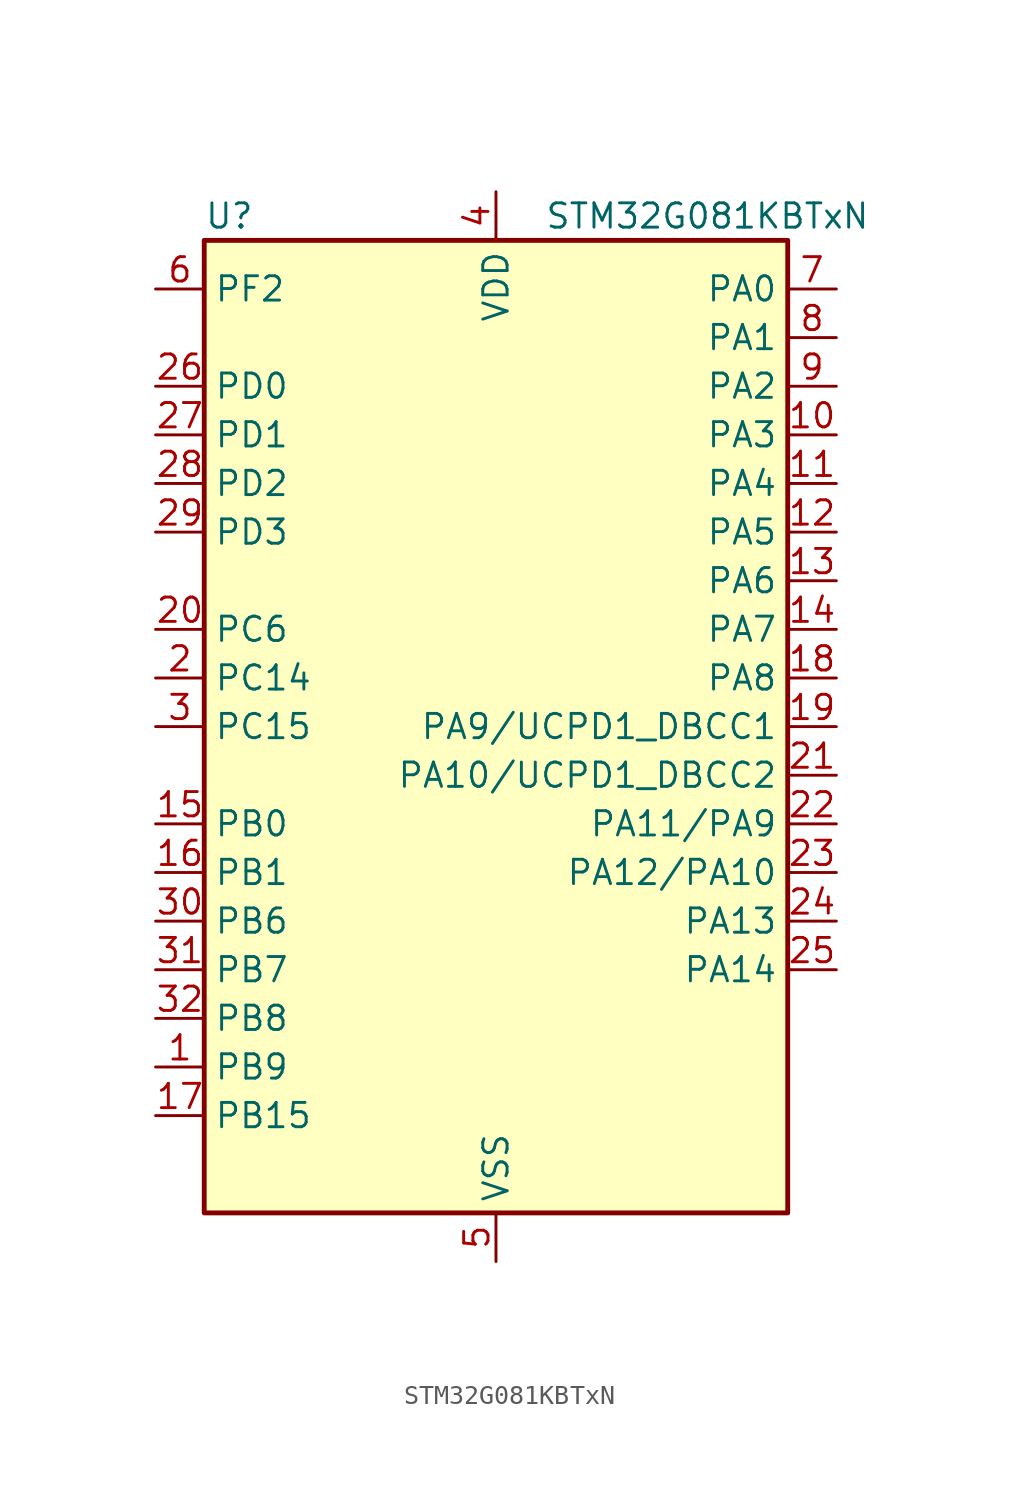
<source format=kicad_sym>
(kicad_symbol_lib
  (version 20211014)
  (generator kicad-library-utils)
  (symbol "STM32G081KBTxN"
    (property "Reference" "U"
      (at -15.24 26.67 0)
      (effects (font (size 1.27 1.27)) (justify left)))
    (property "Value" "STM32G081KBTxN"
      (at 2.54 26.67 0)
      (effects (font (size 1.27 1.27)) (justify left)))
    (property "ki_fp_filters" "LQFP*7x7mm*P0.8mm*"
      (at 0.0 0.0 0.0)
      (effects (font (size 1.27 1.27))))
    (symbol "STM32G081KBTxN_0_1"
      (rectangle (start -15.24 -25.4) (end 15.24 25.4) (stroke (width 0.254)) (fill (type background))))
    (symbol "STM32G081KBTxN_1_1"
      (pin bidirectional line (at -17.78 22.86 0) (length 2.54) (name "PF2" (effects (font (size 1.27 1.27)))) (number "6" (effects (font (size 1.27 1.27)))) (alternate "RCC_MCO" bidirectional line))
      (pin bidirectional line (at -17.78 17.78 0) (length 2.54) (name "PD0" (effects (font (size 1.27 1.27)))) (number "26" (effects (font (size 1.27 1.27)))) (alternate "SPI2_NSS" bidirectional line) (alternate "TIM16_CH1" bidirectional line) (alternate "UCPD2_CC1" bidirectional line))
      (pin bidirectional line (at -17.78 15.24 0) (length 2.54) (name "PD1" (effects (font (size 1.27 1.27)))) (number "27" (effects (font (size 1.27 1.27)))) (alternate "SPI2_SCK" bidirectional line) (alternate "TIM17_CH1" bidirectional line) (alternate "UCPD2_DBCC1" bidirectional line))
      (pin bidirectional line (at -17.78 12.7 0) (length 2.54) (name "PD2" (effects (font (size 1.27 1.27)))) (number "28" (effects (font (size 1.27 1.27)))) (alternate "TIM1_CH1N" bidirectional line) (alternate "TIM3_ETR" bidirectional line) (alternate "UCPD2_CC2" bidirectional line) (alternate "USART3_CK" bidirectional line) (alternate "USART3_DE" bidirectional line) (alternate "USART3_RTS" bidirectional line))
      (pin bidirectional line (at -17.78 10.16 0) (length 2.54) (name "PD3" (effects (font (size 1.27 1.27)))) (number "29" (effects (font (size 1.27 1.27)))) (alternate "SPI2_MISO" bidirectional line) (alternate "TIM1_CH2N" bidirectional line) (alternate "UCPD2_DBCC2" bidirectional line) (alternate "USART2_CTS" bidirectional line) (alternate "USART2_NSS" bidirectional line))
      (pin bidirectional line (at -17.78 5.08 0) (length 2.54) (name "PC6" (effects (font (size 1.27 1.27)))) (number "20" (effects (font (size 1.27 1.27)))) (alternate "TIM2_CH3" bidirectional line) (alternate "TIM3_CH1" bidirectional line) (alternate "UCPD1_FRSTX1" bidirectional line) (alternate "UCPD1_FRSTX2" bidirectional line))
      (pin bidirectional line (at -17.78 2.54 0) (length 2.54) (name "PC14" (effects (font (size 1.27 1.27)))) (number "2" (effects (font (size 1.27 1.27)))) (alternate "RCC_OSC32_IN" bidirectional line) (alternate "RCC_OSC_IN" bidirectional line) (alternate "TIM1_BK2" bidirectional line))
      (pin bidirectional line (at -17.78 0.0 0) (length 2.54) (name "PC15" (effects (font (size 1.27 1.27)))) (number "3" (effects (font (size 1.27 1.27)))) (alternate "RCC_OSC32_EN" bidirectional line) (alternate "RCC_OSC32_OUT" bidirectional line) (alternate "RCC_OSC_EN" bidirectional line) (alternate "TIM15_BK" bidirectional line))
      (pin bidirectional line (at -17.78 -5.08 0) (length 2.54) (name "PB0" (effects (font (size 1.27 1.27)))) (number "15" (effects (font (size 1.27 1.27)))) (alternate "ADC1_IN8" bidirectional line) (alternate "COMP1_OUT" bidirectional line) (alternate "I2S1_WS" bidirectional line) (alternate "LPTIM1_OUT" bidirectional line) (alternate "SPI1_NSS" bidirectional line) (alternate "TIM1_CH2N" bidirectional line) (alternate "TIM3_CH3" bidirectional line) (alternate "UCPD1_FRSTX1" bidirectional line) (alternate "UCPD1_FRSTX2" bidirectional line) (alternate "USART3_RX" bidirectional line))
      (pin bidirectional line (at -17.78 -7.62 0) (length 2.54) (name "PB1" (effects (font (size 1.27 1.27)))) (number "16" (effects (font (size 1.27 1.27)))) (alternate "ADC1_IN9" bidirectional line) (alternate "COMP1_INM" bidirectional line) (alternate "LPTIM2_IN1" bidirectional line) (alternate "LPUART1_DE" bidirectional line) (alternate "LPUART1_RTS" bidirectional line) (alternate "TIM14_CH1" bidirectional line) (alternate "TIM1_CH3N" bidirectional line) (alternate "TIM3_CH4" bidirectional line) (alternate "USART3_CK" bidirectional line) (alternate "USART3_DE" bidirectional line) (alternate "USART3_RTS" bidirectional line))
      (pin bidirectional line (at -17.78 -10.16 0) (length 2.54) (name "PB6" (effects (font (size 1.27 1.27)))) (number "30" (effects (font (size 1.27 1.27)))) (alternate "COMP2_INP" bidirectional line) (alternate "I2C1_SCL" bidirectional line) (alternate "LPTIM1_ETR" bidirectional line) (alternate "SPI2_MISO" bidirectional line) (alternate "TIM16_CH1N" bidirectional line) (alternate "TIM1_CH3" bidirectional line) (alternate "USART1_TX" bidirectional line))
      (pin bidirectional line (at -17.78 -12.7 0) (length 2.54) (name "PB7" (effects (font (size 1.27 1.27)))) (number "31" (effects (font (size 1.27 1.27)))) (alternate "COMP2_INM" bidirectional line) (alternate "I2C1_SDA" bidirectional line) (alternate "LPTIM1_IN2" bidirectional line) (alternate "SPI2_MOSI" bidirectional line) (alternate "SYS_PVD_IN" bidirectional line) (alternate "TIM17_CH1N" bidirectional line) (alternate "USART1_RX" bidirectional line) (alternate "USART4_CTS" bidirectional line) (alternate "USART4_NSS" bidirectional line))
      (pin bidirectional line (at -17.78 -15.24 0) (length 2.54) (name "PB8" (effects (font (size 1.27 1.27)))) (number "32" (effects (font (size 1.27 1.27)))) (alternate "CEC" bidirectional line) (alternate "I2C1_SCL" bidirectional line) (alternate "SPI2_SCK" bidirectional line) (alternate "TIM15_BK" bidirectional line) (alternate "TIM16_CH1" bidirectional line) (alternate "USART3_TX" bidirectional line))
      (pin bidirectional line (at -17.78 -17.78 0) (length 2.54) (name "PB9" (effects (font (size 1.27 1.27)))) (number "1" (effects (font (size 1.27 1.27)))) (alternate "DAC1_EXTI9" bidirectional line) (alternate "I2C1_SDA" bidirectional line) (alternate "IR_OUT" bidirectional line) (alternate "SPI2_NSS" bidirectional line) (alternate "TIM17_CH1" bidirectional line) (alternate "UCPD2_FRSTX1" bidirectional line) (alternate "UCPD2_FRSTX2" bidirectional line) (alternate "USART3_RX" bidirectional line))
      (pin bidirectional line (at -17.78 -20.32 0) (length 2.54) (name "PB15" (effects (font (size 1.27 1.27)))) (number "17" (effects (font (size 1.27 1.27)))) (alternate "RTC_REFIN" bidirectional line) (alternate "SPI2_MOSI" bidirectional line) (alternate "TIM15_CH1N" bidirectional line) (alternate "TIM15_CH2" bidirectional line) (alternate "TIM1_CH3N" bidirectional line) (alternate "UCPD1_CC2" bidirectional line))
      (pin bidirectional line (at 17.78 22.86 180) (length 2.54) (name "PA0" (effects (font (size 1.27 1.27)))) (number "7" (effects (font (size 1.27 1.27)))) (alternate "ADC1_IN0" bidirectional line) (alternate "COMP1_INM" bidirectional line) (alternate "COMP1_OUT" bidirectional line) (alternate "LPTIM1_OUT" bidirectional line) (alternate "RTC_TAMP_IN2" bidirectional line) (alternate "SPI2_SCK" bidirectional line) (alternate "SYS_WKUP1" bidirectional line) (alternate "TIM2_CH1" bidirectional line) (alternate "TIM2_ETR" bidirectional line) (alternate "UCPD2_FRSTX1" bidirectional line) (alternate "UCPD2_FRSTX2" bidirectional line) (alternate "USART2_CTS" bidirectional line) (alternate "USART2_NSS" bidirectional line) (alternate "USART4_TX" bidirectional line))
      (pin bidirectional line (at 17.78 20.32 180) (length 2.54) (name "PA1" (effects (font (size 1.27 1.27)))) (number "8" (effects (font (size 1.27 1.27)))) (alternate "ADC1_IN1" bidirectional line) (alternate "COMP1_INP" bidirectional line) (alternate "I2C1_SMBA" bidirectional line) (alternate "I2S1_CK" bidirectional line) (alternate "SPI1_SCK" bidirectional line) (alternate "TIM15_CH1N" bidirectional line) (alternate "TIM2_CH2" bidirectional line) (alternate "USART2_CK" bidirectional line) (alternate "USART2_DE" bidirectional line) (alternate "USART2_RTS" bidirectional line) (alternate "USART4_RX" bidirectional line))
      (pin bidirectional line (at 17.78 17.78 180) (length 2.54) (name "PA2" (effects (font (size 1.27 1.27)))) (number "9" (effects (font (size 1.27 1.27)))) (alternate "ADC1_IN2" bidirectional line) (alternate "COMP2_INM" bidirectional line) (alternate "COMP2_OUT" bidirectional line) (alternate "I2S1_SD" bidirectional line) (alternate "LPUART1_TX" bidirectional line) (alternate "RCC_LSCO" bidirectional line) (alternate "SPI1_MOSI" bidirectional line) (alternate "SYS_WKUP4" bidirectional line) (alternate "TIM15_CH1" bidirectional line) (alternate "TIM2_CH3" bidirectional line) (alternate "UCPD1_FRSTX1" bidirectional line) (alternate "UCPD1_FRSTX2" bidirectional line) (alternate "USART2_TX" bidirectional line))
      (pin bidirectional line (at 17.78 15.24 180) (length 2.54) (name "PA3" (effects (font (size 1.27 1.27)))) (number "10" (effects (font (size 1.27 1.27)))) (alternate "ADC1_IN3" bidirectional line) (alternate "COMP2_INP" bidirectional line) (alternate "LPUART1_RX" bidirectional line) (alternate "SPI2_MISO" bidirectional line) (alternate "TIM15_CH2" bidirectional line) (alternate "TIM2_CH4" bidirectional line) (alternate "UCPD2_FRSTX1" bidirectional line) (alternate "UCPD2_FRSTX2" bidirectional line) (alternate "USART2_RX" bidirectional line))
      (pin bidirectional line (at 17.78 12.7 180) (length 2.54) (name "PA4" (effects (font (size 1.27 1.27)))) (number "11" (effects (font (size 1.27 1.27)))) (alternate "ADC1_IN4" bidirectional line) (alternate "DAC1_OUT1" bidirectional line) (alternate "I2S1_WS" bidirectional line) (alternate "LPTIM2_OUT" bidirectional line) (alternate "RTC_OUT_ALARM" bidirectional line) (alternate "RTC_OUT_CALIB" bidirectional line) (alternate "RTC_TAMP_IN1" bidirectional line) (alternate "RTC_TS" bidirectional line) (alternate "SPI1_NSS" bidirectional line) (alternate "SPI2_MOSI" bidirectional line) (alternate "SYS_WKUP2" bidirectional line) (alternate "TIM14_CH1" bidirectional line) (alternate "UCPD2_FRSTX1" bidirectional line) (alternate "UCPD2_FRSTX2" bidirectional line))
      (pin bidirectional line (at 17.78 10.16 180) (length 2.54) (name "PA5" (effects (font (size 1.27 1.27)))) (number "12" (effects (font (size 1.27 1.27)))) (alternate "ADC1_IN5" bidirectional line) (alternate "CEC" bidirectional line) (alternate "DAC1_OUT2" bidirectional line) (alternate "I2S1_CK" bidirectional line) (alternate "LPTIM2_ETR" bidirectional line) (alternate "SPI1_SCK" bidirectional line) (alternate "TIM2_CH1" bidirectional line) (alternate "TIM2_ETR" bidirectional line) (alternate "UCPD1_FRSTX1" bidirectional line) (alternate "UCPD1_FRSTX2" bidirectional line) (alternate "USART3_TX" bidirectional line))
      (pin bidirectional line (at 17.78 7.62 180) (length 2.54) (name "PA6" (effects (font (size 1.27 1.27)))) (number "13" (effects (font (size 1.27 1.27)))) (alternate "ADC1_IN6" bidirectional line) (alternate "COMP1_OUT" bidirectional line) (alternate "I2S1_MCK" bidirectional line) (alternate "LPUART1_CTS" bidirectional line) (alternate "SPI1_MISO" bidirectional line) (alternate "TIM16_CH1" bidirectional line) (alternate "TIM1_BK" bidirectional line) (alternate "TIM3_CH1" bidirectional line) (alternate "USART3_CTS" bidirectional line) (alternate "USART3_NSS" bidirectional line))
      (pin bidirectional line (at 17.78 5.08 180) (length 2.54) (name "PA7" (effects (font (size 1.27 1.27)))) (number "14" (effects (font (size 1.27 1.27)))) (alternate "ADC1_IN7" bidirectional line) (alternate "COMP2_OUT" bidirectional line) (alternate "I2S1_SD" bidirectional line) (alternate "SPI1_MOSI" bidirectional line) (alternate "TIM14_CH1" bidirectional line) (alternate "TIM17_CH1" bidirectional line) (alternate "TIM1_CH1N" bidirectional line) (alternate "TIM3_CH2" bidirectional line) (alternate "UCPD1_FRSTX1" bidirectional line) (alternate "UCPD1_FRSTX2" bidirectional line))
      (pin bidirectional line (at 17.78 2.54 180) (length 2.54) (name "PA8" (effects (font (size 1.27 1.27)))) (number "18" (effects (font (size 1.27 1.27)))) (alternate "LPTIM2_OUT" bidirectional line) (alternate "RCC_MCO" bidirectional line) (alternate "SPI2_NSS" bidirectional line) (alternate "TIM1_CH1" bidirectional line) (alternate "UCPD1_CC1" bidirectional line))
      (pin bidirectional line (at 17.78 0.0 180) (length 2.54) (name "PA9/UCPD1_DBCC1" (effects (font (size 1.27 1.27)))) (number "19" (effects (font (size 1.27 1.27)))) (alternate "DAC1_EXTI9" bidirectional line) (alternate "I2C1_SCL" bidirectional line) (alternate "RCC_MCO" bidirectional line) (alternate "SPI2_MISO" bidirectional line) (alternate "TIM15_BK" bidirectional line) (alternate "TIM1_CH2" bidirectional line) (alternate "UCPD1_DBCC1" bidirectional line) (alternate "USART1_TX" bidirectional line))
      (pin bidirectional line (at 17.78 -2.54 180) (length 2.54) (name "PA10/UCPD1_DBCC2" (effects (font (size 1.27 1.27)))) (number "21" (effects (font (size 1.27 1.27)))) (alternate "I2C1_SDA" bidirectional line) (alternate "SPI2_MOSI" bidirectional line) (alternate "TIM17_BK" bidirectional line) (alternate "TIM1_CH3" bidirectional line) (alternate "UCPD1_DBCC2" bidirectional line) (alternate "USART1_RX" bidirectional line))
      (pin bidirectional line (at 17.78 -5.08 180) (length 2.54) (name "PA11/PA9" (effects (font (size 1.27 1.27)))) (number "22" (effects (font (size 1.27 1.27)))) (alternate "ADC1_EXTI11" bidirectional line) (alternate "COMP1_OUT" bidirectional line) (alternate "I2C2_SCL" bidirectional line) (alternate "I2S1_MCK" bidirectional line) (alternate "SPI1_MISO" bidirectional line) (alternate "TIM1_BK2" bidirectional line) (alternate "TIM1_CH4" bidirectional line) (alternate "USART1_CTS" bidirectional line) (alternate "USART1_NSS" bidirectional line))
      (pin bidirectional line (at 17.78 -7.62 180) (length 2.54) (name "PA12/PA10" (effects (font (size 1.27 1.27)))) (number "23" (effects (font (size 1.27 1.27)))) (alternate "COMP2_OUT" bidirectional line) (alternate "I2C2_SDA" bidirectional line) (alternate "I2S1_SD" bidirectional line) (alternate "I2S_CKIN" bidirectional line) (alternate "SPI1_MOSI" bidirectional line) (alternate "TIM1_ETR" bidirectional line) (alternate "USART1_CK" bidirectional line) (alternate "USART1_DE" bidirectional line) (alternate "USART1_RTS" bidirectional line))
      (pin bidirectional line (at 17.78 -10.16 180) (length 2.54) (name "PA13" (effects (font (size 1.27 1.27)))) (number "24" (effects (font (size 1.27 1.27)))) (alternate "IR_OUT" bidirectional line) (alternate "SYS_SWDIO" bidirectional line))
      (pin bidirectional line (at 17.78 -12.7 180) (length 2.54) (name "PA14" (effects (font (size 1.27 1.27)))) (number "25" (effects (font (size 1.27 1.27)))) (alternate "SYS_SWCLK" bidirectional line) (alternate "USART2_TX" bidirectional line))
      (pin power_in line (at 0.0 27.94 270) (length 2.54) (name "VDD" (effects (font (size 1.27 1.27)))) (number "4" (effects (font (size 1.27 1.27)))))
      (pin power_in line (at 0.0 -27.94 90) (length 2.54) (name "VSS" (effects (font (size 1.27 1.27)))) (number "5" (effects (font (size 1.27 1.27))))))))
</source>
